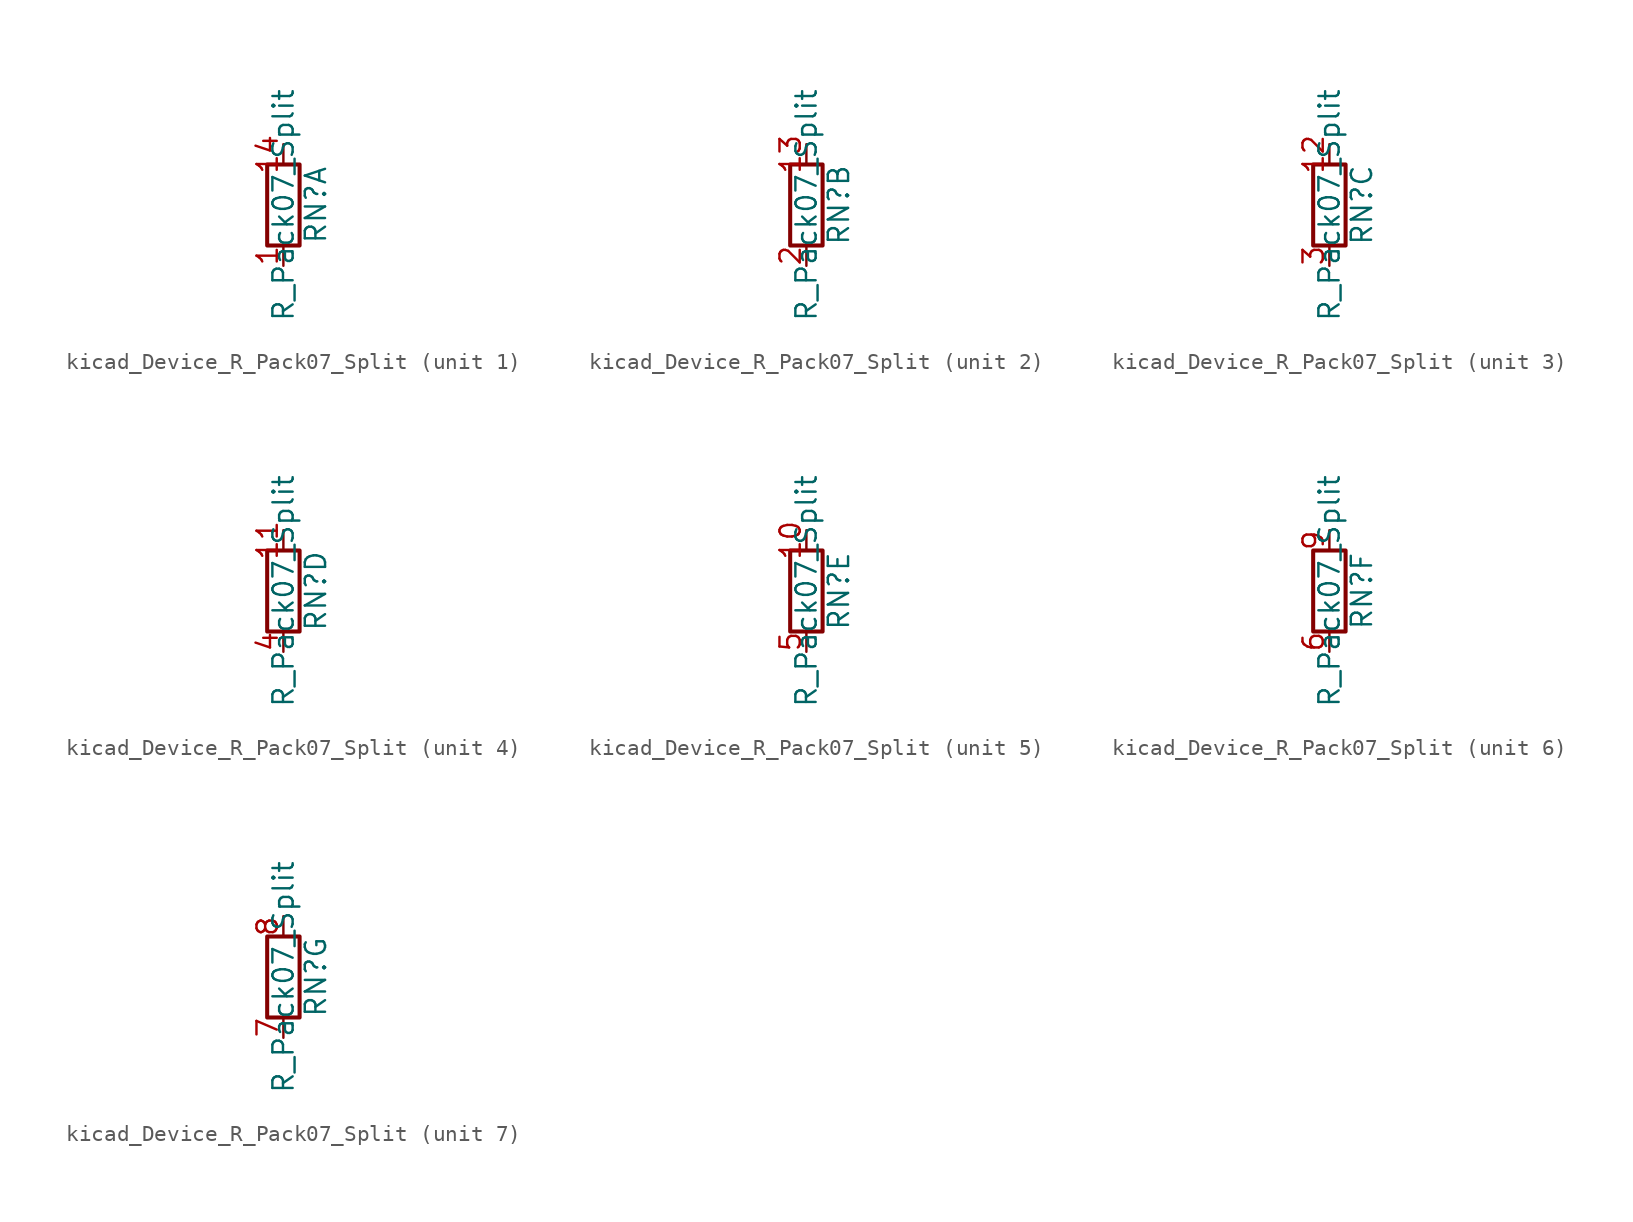
<source format=kicad_sym>
(kicad_symbol_lib
  (version 20220914)
  (generator kicad_symbol_editor)
  (symbol "kicad_Device_R_Pack07_Split"
    (pin_names
      (offset 0) hide)
    (property "Reference" "RN"
      (at 2.032 0 90)
      (effects (font (size 1.27 1.27))))
    (property "Value" "R_Pack07_Split"
      (at 0 0 90)
      (effects (font (size 1.27 1.27))))
    (symbol "kicad_Device_R_Pack07_Split_0_1"
      (rectangle (start 1.016 2.54) (end -1.016 -2.54) (stroke (width 0.254) (type default)) (fill (type none))))
    (symbol "kicad_Device_R_Pack07_Split_1_1"
      (pin passive line (at 0 -3.81 90) (length 1.27) (name "R1.1" (effects (font (size 1.27 1.27)))) (number "1" (effects (font (size 1.27 1.27)))))
      (pin passive line (at 0 3.81 270) (length 1.27) (name "R1.2" (effects (font (size 1.27 1.27)))) (number "14" (effects (font (size 1.27 1.27))))))
    (symbol "kicad_Device_R_Pack07_Split_2_1"
      (pin passive line (at 0 3.81 270) (length 1.27) (name "R2.2" (effects (font (size 1.27 1.27)))) (number "13" (effects (font (size 1.27 1.27)))))
      (pin passive line (at 0 -3.81 90) (length 1.27) (name "R2.1" (effects (font (size 1.27 1.27)))) (number "2" (effects (font (size 1.27 1.27))))))
    (symbol "kicad_Device_R_Pack07_Split_3_1"
      (pin passive line (at 0 3.81 270) (length 1.27) (name "R3.2" (effects (font (size 1.27 1.27)))) (number "12" (effects (font (size 1.27 1.27)))))
      (pin passive line (at 0 -3.81 90) (length 1.27) (name "R3.1" (effects (font (size 1.27 1.27)))) (number "3" (effects (font (size 1.27 1.27))))))
    (symbol "kicad_Device_R_Pack07_Split_4_1"
      (pin passive line (at 0 3.81 270) (length 1.27) (name "R4.2" (effects (font (size 1.27 1.27)))) (number "11" (effects (font (size 1.27 1.27)))))
      (pin passive line (at 0 -3.81 90) (length 1.27) (name "R4.1" (effects (font (size 1.27 1.27)))) (number "4" (effects (font (size 1.27 1.27))))))
    (symbol "kicad_Device_R_Pack07_Split_5_1"
      (pin passive line (at 0 3.81 270) (length 1.27) (name "R5.2" (effects (font (size 1.27 1.27)))) (number "10" (effects (font (size 1.27 1.27)))))
      (pin passive line (at 0 -3.81 90) (length 1.27) (name "R5.1" (effects (font (size 1.27 1.27)))) (number "5" (effects (font (size 1.27 1.27))))))
    (symbol "kicad_Device_R_Pack07_Split_6_1"
      (pin passive line (at 0 -3.81 90) (length 1.27) (name "R6.1" (effects (font (size 1.27 1.27)))) (number "6" (effects (font (size 1.27 1.27)))))
      (pin passive line (at 0 3.81 270) (length 1.27) (name "R6.2" (effects (font (size 1.27 1.27)))) (number "9" (effects (font (size 1.27 1.27))))))
    (symbol "kicad_Device_R_Pack07_Split_7_1"
      (pin passive line (at 0 -3.81 90) (length 1.27) (name "R7.1" (effects (font (size 1.27 1.27)))) (number "7" (effects (font (size 1.27 1.27)))))
      (pin passive line (at 0 3.81 270) (length 1.27) (name "R7.2" (effects (font (size 1.27 1.27)))) (number "8" (effects (font (size 1.27 1.27))))))))
</source>
